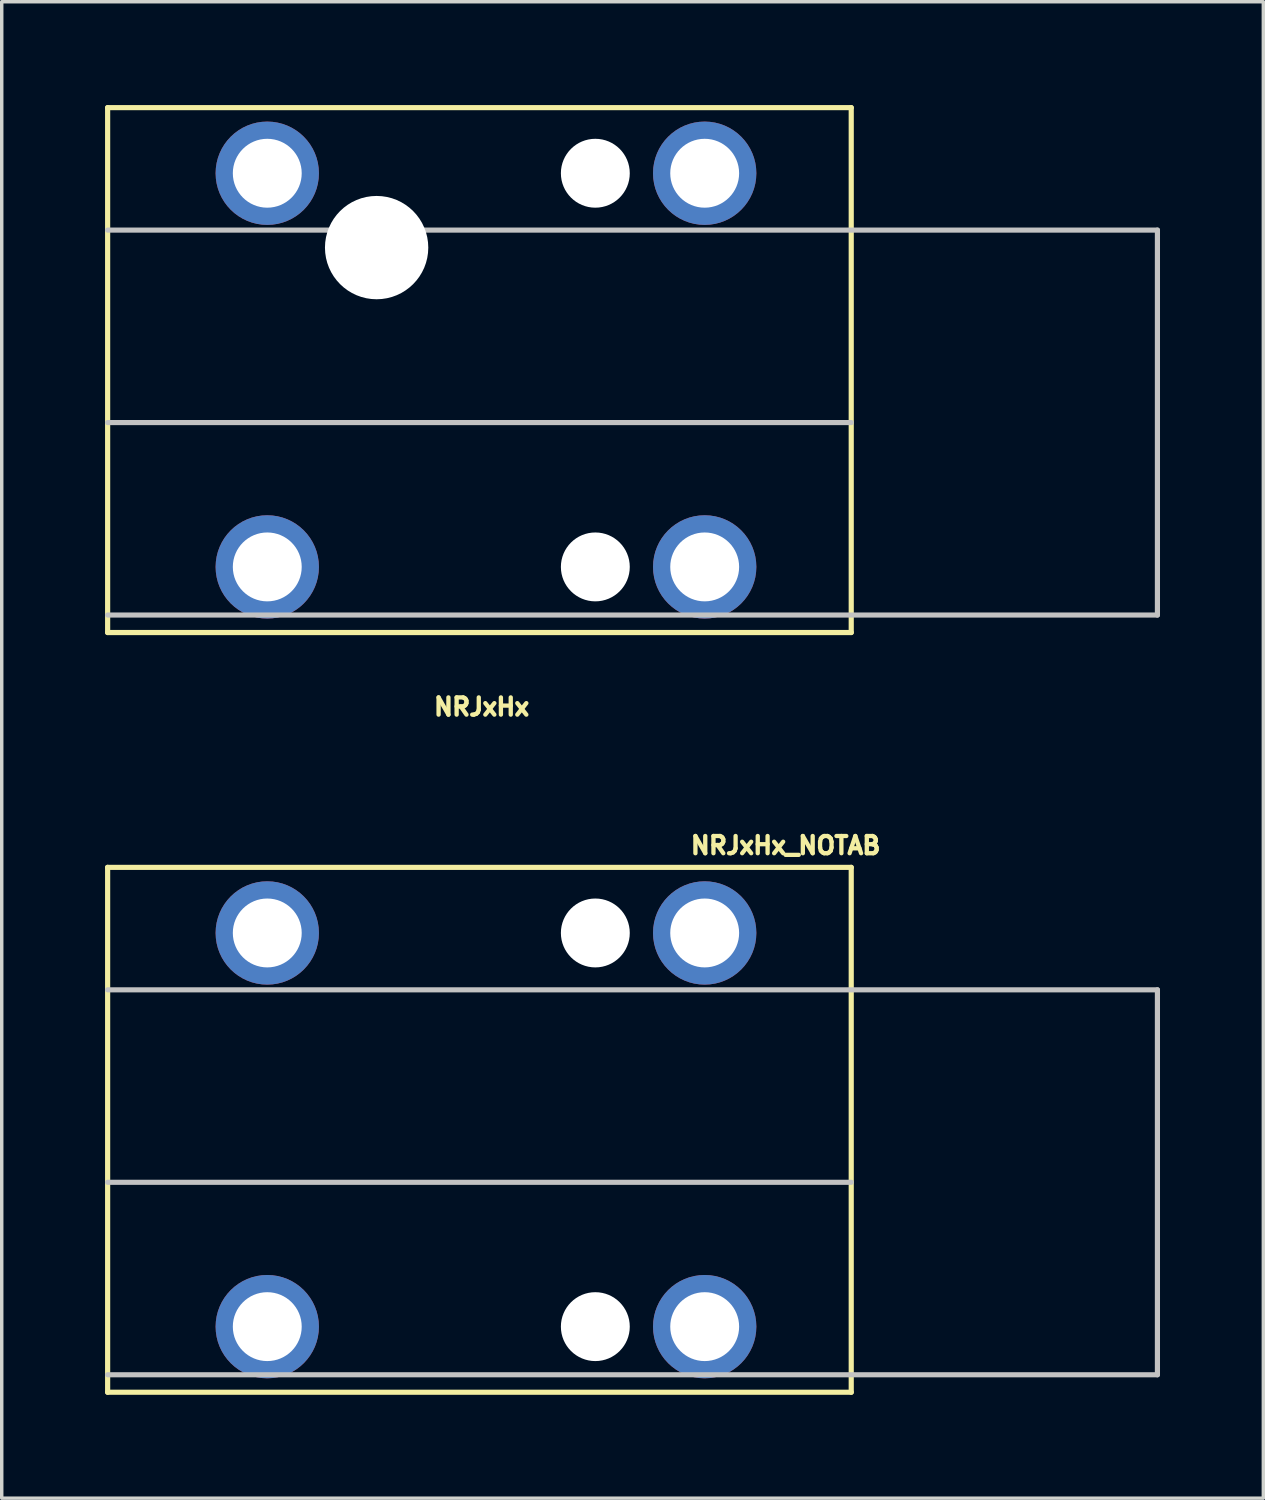
<source format=kicad_pcb>
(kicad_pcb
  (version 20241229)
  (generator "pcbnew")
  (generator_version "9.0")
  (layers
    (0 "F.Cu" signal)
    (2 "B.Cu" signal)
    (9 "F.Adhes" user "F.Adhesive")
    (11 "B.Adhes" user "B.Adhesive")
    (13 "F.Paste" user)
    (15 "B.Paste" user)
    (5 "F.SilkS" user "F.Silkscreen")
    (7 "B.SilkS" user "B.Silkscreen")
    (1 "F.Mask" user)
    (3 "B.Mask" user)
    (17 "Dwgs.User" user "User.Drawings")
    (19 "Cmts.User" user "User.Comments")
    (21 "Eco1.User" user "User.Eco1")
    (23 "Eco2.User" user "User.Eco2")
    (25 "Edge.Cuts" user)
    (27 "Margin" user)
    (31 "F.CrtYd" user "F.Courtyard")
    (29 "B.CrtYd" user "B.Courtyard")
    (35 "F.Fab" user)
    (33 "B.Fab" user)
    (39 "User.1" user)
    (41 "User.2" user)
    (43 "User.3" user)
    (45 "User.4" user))
  (footprint "NRJxHx_NOTAB"
    (layer "F.Cu")
    (at 10.87 29.753)
    (property "Reference" "NRJxHx_NOTAB" (at 8.89 -8.255 0) (layer "F.SilkS") (effects (font (size 0.5 0.5) (thickness 0.125))))
    (attr through_hole)
    (fp_line (start -10.795 -7.62) (end -10.795 7.62) (stroke (width 0.15) (type solid)) (layer "F.SilkS"))
    (fp_line (start -10.795 7.62) (end 10.795 7.62) (stroke (width 0.15) (type solid)) (layer "F.SilkS"))
    (fp_line (start 10.795 -7.62) (end -10.795 -7.62) (stroke (width 0.15) (type solid)) (layer "F.SilkS"))
    (fp_line (start 10.795 7.62) (end 10.795 -7.62) (stroke (width 0.15) (type solid)) (layer "F.SilkS"))
    (fp_line (start 10.795 1.524) (end -10.795 1.524) (stroke (width 0.15) (type solid)) (layer "Dwgs.User"))
    (fp_line (start 19.685 -4.064) (end -10.795 -4.064) (stroke (width 0.15) (type solid)) (layer "Dwgs.User"))
    (fp_line (start 19.685 -4.064) (end 19.685 7.112) (stroke (width 0.15) (type solid)) (layer "Dwgs.User"))
    (fp_line (start 19.685 7.112) (end -10.795 7.112) (stroke (width 0.15) (type solid)) (layer "Dwgs.User"))
    (pad "" np_thru_hole circle (at 3.365 -5.715) (size 2 2) (drill 2) (layers "*.Cu" "*.Mask"))
    (pad "" np_thru_hole circle (at 3.365 5.715) (size 2 2) (drill 2) (layers "*.Cu" "*.Mask"))
    (pad "1" thru_hole circle (at -6.16 -5.715) (size 3 3) (drill 2) (layers "*.Cu" "*.Mask"))
    (pad "2" thru_hole circle (at -6.16 5.715) (size 3 3) (drill 2) (layers "*.Cu" "*.Mask"))
    (pad "3" thru_hole circle (at 6.54 5.715) (size 3 3) (drill 2) (layers "*.Cu" "*.Mask"))
    (pad "4" thru_hole circle (at 6.54 -5.715) (size 3 3) (drill 2) (layers "*.Cu" "*.Mask")))
  (footprint "NRJxHx"
    (layer "F.Cu")
    (at 10.87 7.695)
    (property "Reference" "NRJxHx" (at 0.064 9.779 0) (layer "F.SilkS") (effects (font (size 0.5 0.5) (thickness 0.125))))
    (attr through_hole)
    (fp_line (start -10.795 -7.62) (end -10.795 7.62) (stroke (width 0.15) (type solid)) (layer "F.SilkS"))
    (fp_line (start -10.795 7.62) (end 10.795 7.62) (stroke (width 0.15) (type solid)) (layer "F.SilkS"))
    (fp_line (start 10.795 -7.62) (end -10.795 -7.62) (stroke (width 0.15) (type solid)) (layer "F.SilkS"))
    (fp_line (start 10.795 7.62) (end 10.795 -7.62) (stroke (width 0.15) (type solid)) (layer "F.SilkS"))
    (fp_line (start 10.795 1.524) (end -10.795 1.524) (stroke (width 0.15) (type solid)) (layer "Dwgs.User"))
    (fp_line (start 19.685 -4.064) (end -10.795 -4.064) (stroke (width 0.15) (type solid)) (layer "Dwgs.User"))
    (fp_line (start 19.685 -4.064) (end 19.685 7.112) (stroke (width 0.15) (type solid)) (layer "Dwgs.User"))
    (fp_line (start 19.685 7.112) (end -10.795 7.112) (stroke (width 0.15) (type solid)) (layer "Dwgs.User"))
    (pad "" np_thru_hole circle (at -2.985 -3.556) (size 3 3) (drill 3) (layers "*.Cu" "*.Mask"))
    (pad "" np_thru_hole circle (at 3.365 -5.715) (size 2 2) (drill 2) (layers "*.Cu" "*.Mask"))
    (pad "" np_thru_hole circle (at 3.365 5.715) (size 2 2) (drill 2) (layers "*.Cu" "*.Mask"))
    (pad "1" thru_hole circle (at -6.16 -5.715) (size 3 3) (drill 2) (layers "*.Cu" "*.Mask"))
    (pad "2" thru_hole circle (at -6.16 5.715) (size 3 3) (drill 2) (layers "*.Cu" "*.Mask"))
    (pad "3" thru_hole circle (at 6.54 5.715) (size 3 3) (drill 2) (layers "*.Cu" "*.Mask"))
    (pad "4" thru_hole circle (at 6.54 -5.715) (size 3 3) (drill 2) (layers "*.Cu" "*.Mask")))
  (gr_rect
    (start -3 -3)
    (end 33.63 40.448)
    (stroke (width 0.1) (type default))
    (fill no)
    (layer "Edge.Cuts")))
</source>
